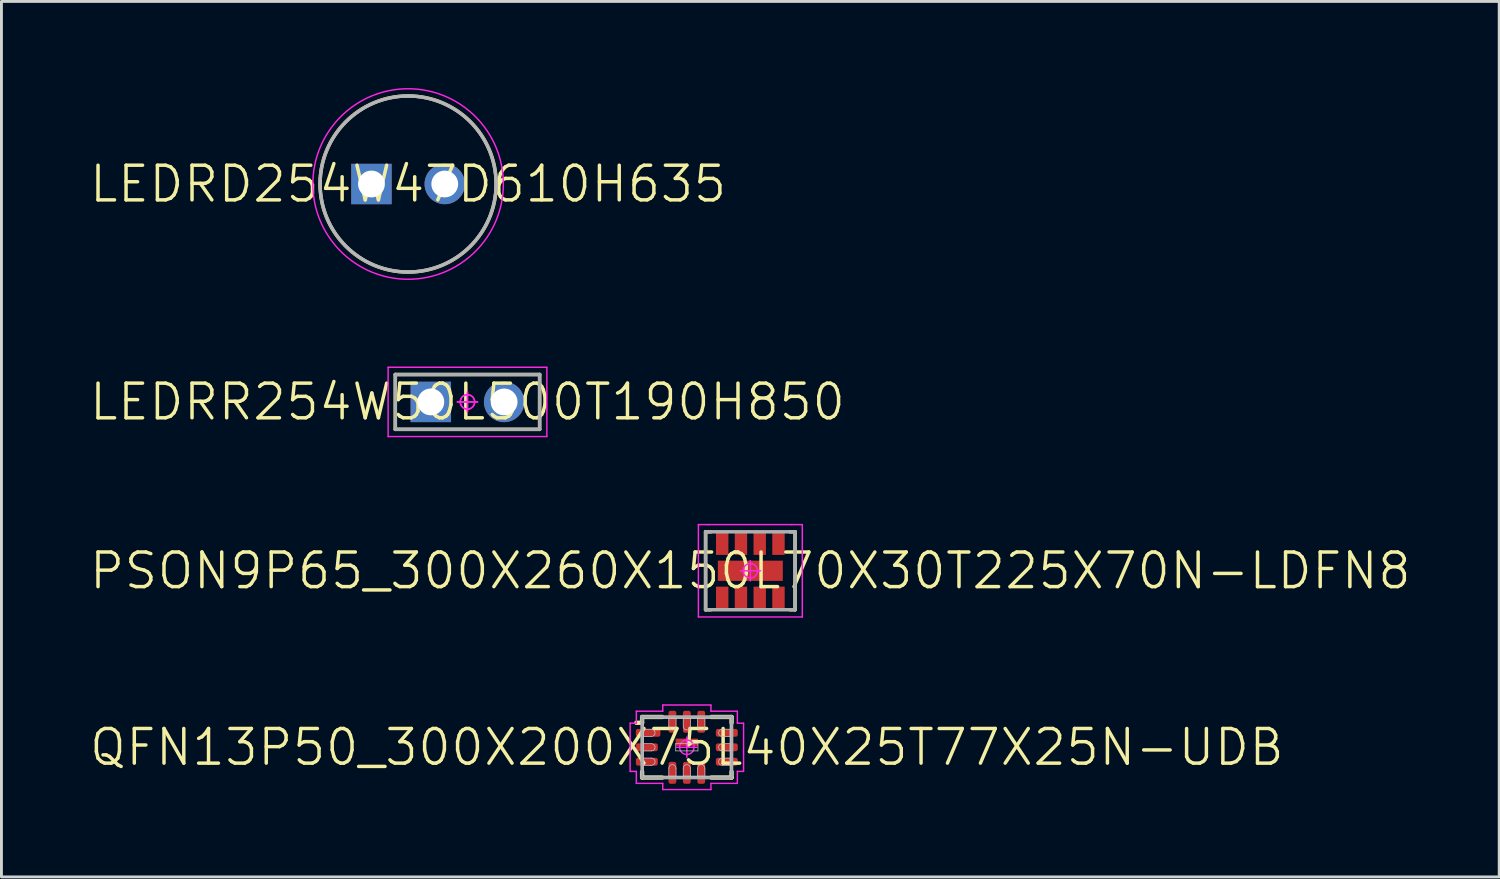
<source format=kicad_pcb>
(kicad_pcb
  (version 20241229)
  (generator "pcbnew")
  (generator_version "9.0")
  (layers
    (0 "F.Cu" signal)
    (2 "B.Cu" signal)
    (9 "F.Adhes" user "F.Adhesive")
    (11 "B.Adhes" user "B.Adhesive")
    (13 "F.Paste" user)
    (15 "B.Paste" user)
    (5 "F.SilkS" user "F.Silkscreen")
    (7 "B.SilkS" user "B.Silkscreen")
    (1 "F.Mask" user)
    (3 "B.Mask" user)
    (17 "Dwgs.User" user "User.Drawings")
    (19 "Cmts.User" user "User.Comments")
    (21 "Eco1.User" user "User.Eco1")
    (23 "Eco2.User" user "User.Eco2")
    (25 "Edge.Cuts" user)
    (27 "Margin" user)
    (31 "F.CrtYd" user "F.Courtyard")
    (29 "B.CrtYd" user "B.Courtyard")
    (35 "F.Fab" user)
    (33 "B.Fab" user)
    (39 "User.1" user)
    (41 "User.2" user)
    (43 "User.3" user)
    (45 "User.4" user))
  (footprint "LEDRR254W50L500T190H850"
    (layer "F.Cu")
    (at 13.146 10.875)
    (property "Reference" "LEDRR254W50L500T190H850" (at 0 0 0) (layer "F.SilkS") (effects (font (size 1.2 1.2) (thickness 0.12))))
    (attr through_hole)
    (fp_line (start -2.5 -0.95) (end 2.5 -0.95) (stroke (width 0.12) (type solid)) (layer "F.SilkS"))
    (fp_line (start -2.5 0.95) (end -2.5 -0.95) (stroke (width 0.12) (type solid)) (layer "F.SilkS"))
    (fp_line (start 2.5 -0.95) (end 2.5 0.95) (stroke (width 0.12) (type solid)) (layer "F.SilkS"))
    (fp_line (start 2.5 0.95) (end -2.5 0.95) (stroke (width 0.12) (type solid)) (layer "F.SilkS"))
    (fp_line (start -2.75 -1.2) (end 2.75 -1.2) (stroke (width 0.05) (type solid)) (layer "F.CrtYd"))
    (fp_line (start -2.75 1.2) (end -2.75 -1.2) (stroke (width 0.05) (type solid)) (layer "F.CrtYd"))
    (fp_line (start 0 -0.35) (end 0 0.35) (stroke (width 0.05) (type solid)) (layer "F.CrtYd"))
    (fp_line (start 0 -0.35) (end 0 0.35) (stroke (width 0.05) (type solid)) (layer "F.CrtYd"))
    (fp_line (start 0.35 0) (end -0.35 0) (stroke (width 0.05) (type solid)) (layer "F.CrtYd"))
    (fp_line (start 0.35 0) (end -0.35 0) (stroke (width 0.05) (type solid)) (layer "F.CrtYd"))
    (fp_line (start 2.75 -1.2) (end 2.75 1.2) (stroke (width 0.05) (type solid)) (layer "F.CrtYd"))
    (fp_line (start 2.75 1.2) (end -2.75 1.2) (stroke (width 0.05) (type solid)) (layer "F.CrtYd"))
    (fp_circle (center 0 0) (end 0 0.25) (stroke (width 0.05) (type solid)) (fill no) (layer "F.CrtYd"))
    (fp_circle (center 0 0) (end 0 0.25) (stroke (width 0.05) (type solid)) (fill no) (layer "F.CrtYd"))
    (fp_line (start -2.5 -0.95) (end 2.5 -0.95) (stroke (width 0.12) (type solid)) (layer "F.Fab"))
    (fp_line (start -2.5 0.95) (end -2.5 -0.95) (stroke (width 0.12) (type solid)) (layer "F.Fab"))
    (fp_line (start 2.5 -0.95) (end 2.5 0.95) (stroke (width 0.12) (type solid)) (layer "F.Fab"))
    (fp_line (start 2.5 0.95) (end -2.5 0.95) (stroke (width 0.12) (type solid)) (layer "F.Fab"))
    (pad "A" thru_hole circle (at 1.27 0) (size 1.4 1.4) (drill 0.93) (layers "*.Cu" "*.Mask"))
    (pad "C" thru_hole rect (at -1.27 0) (size 1.4 1.4) (drill 0.93) (layers "*.Cu" "*.Mask")))
  (footprint "LEDRD254W47D610H635"
    (layer "F.Cu")
    (at 11.089 3.325)
    (property "Reference" "LEDRD254W47D610H635" (at 0 0 0) (layer "F.SilkS") (effects (font (size 1.2 1.2) (thickness 0.12))))
    (attr through_hole)
    (fp_circle (center 0 0) (end 0 3.05) (stroke (width 0.12) (type solid)) (fill no) (layer "F.SilkS"))
    (fp_line (start -1.545 -0.275) (end -0.995 -0.275) (stroke (width 0.025) (type solid)) (layer "Dwgs.User"))
    (fp_line (start -1.545 0.275) (end -1.545 -0.275) (stroke (width 0.025) (type solid)) (layer "Dwgs.User"))
    (fp_line (start -0.995 -0.275) (end -0.995 0.275) (stroke (width 0.025) (type solid)) (layer "Dwgs.User"))
    (fp_line (start -0.995 0.275) (end -1.545 0.275) (stroke (width 0.025) (type solid)) (layer "Dwgs.User"))
    (fp_line (start 0.995 -0.275) (end 1.545 -0.275) (stroke (width 0.025) (type solid)) (layer "Dwgs.User"))
    (fp_line (start 0.995 0.275) (end 0.995 -0.275) (stroke (width 0.025) (type solid)) (layer "Dwgs.User"))
    (fp_line (start 1.545 -0.275) (end 1.545 0.275) (stroke (width 0.025) (type solid)) (layer "Dwgs.User"))
    (fp_line (start 1.545 0.275) (end 0.995 0.275) (stroke (width 0.025) (type solid)) (layer "Dwgs.User"))
    (fp_circle (center 0 0) (end 0 3.05) (stroke (width 0.025) (type solid)) (fill no) (layer "Dwgs.User"))
    (fp_circle (center 0 0) (end 0 3.3) (stroke (width 0.05) (type solid)) (fill no) (layer "F.CrtYd"))
    (fp_circle (center 0 0) (end 0 3.05) (stroke (width 0.12) (type solid)) (fill no) (layer "F.Fab"))
    (pad "1" thru_hole rect (at -1.27 0) (size 1.4 1.4) (drill 0.93) (layers "*.Cu" "*.Mask"))
    (pad "2" thru_hole circle (at 1.27 0) (size 1.4 1.4) (drill 0.93) (layers "*.Cu" "*.Mask")))
  (footprint "QFN13P50_300X200X75L40X25T77X25N-UDB"
    (layer "F.Cu")
    (at 20.746 22.84)
    (property "Reference" "QFN13P50_300X200X75L40X25T77X25N-UDB" (at 0 0 0) (layer "F.SilkS") (effects (font (size 1.2 1.2) (thickness 0.12))))
    (attr smd)
    (fp_line (start -1.55 -1.05) (end -1.55 -0.85) (stroke (width 0.15) (type solid)) (layer "F.SilkS"))
    (fp_line (start -1.55 -0.85) (end -1.75 -0.85) (stroke (width 0.15) (type solid)) (layer "F.SilkS"))
    (fp_line (start -1.55 1.05) (end -1.55 0.85) (stroke (width 0.15) (type solid)) (layer "F.SilkS"))
    (fp_line (start -0.85 -1.05) (end -1.55 -1.05) (stroke (width 0.15) (type solid)) (layer "F.SilkS"))
    (fp_line (start -0.85 1.05) (end -1.55 1.05) (stroke (width 0.15) (type solid)) (layer "F.SilkS"))
    (fp_line (start 0.85 -1.05) (end 1.55 -1.05) (stroke (width 0.15) (type solid)) (layer "F.SilkS"))
    (fp_line (start 0.85 1.05) (end 1.55 1.05) (stroke (width 0.15) (type solid)) (layer "F.SilkS"))
    (fp_line (start 1.55 -1.05) (end 1.55 -0.85) (stroke (width 0.15) (type solid)) (layer "F.SilkS"))
    (fp_line (start 1.55 1.05) (end 1.55 0.85) (stroke (width 0.15) (type solid)) (layer "F.SilkS"))
    (fp_line (start -1.5 -1) (end 1.5 -1) (stroke (width 0.025) (type solid)) (layer "Dwgs.User"))
    (fp_line (start -1.5 -0.625) (end -1.5 -0.375) (stroke (width 0.025) (type solid)) (layer "Dwgs.User"))
    (fp_line (start -1.5 -0.375) (end -1.225 -0.375) (stroke (width 0.025) (type solid)) (layer "Dwgs.User"))
    (fp_line (start -1.5 -0.125) (end -1.5 0.125) (stroke (width 0.025) (type solid)) (layer "Dwgs.User"))
    (fp_line (start -1.5 0.125) (end -1.225 0.125) (stroke (width 0.025) (type solid)) (layer "Dwgs.User"))
    (fp_line (start -1.5 0.375) (end -1.5 0.625) (stroke (width 0.025) (type solid)) (layer "Dwgs.User"))
    (fp_line (start -1.5 0.625) (end -1.225 0.625) (stroke (width 0.025) (type solid)) (layer "Dwgs.User"))
    (fp_line (start -1.5 1) (end -1.5 -1) (stroke (width 0.025) (type solid)) (layer "Dwgs.User"))
    (fp_line (start -1.225 -0.625) (end -1.5 -0.625) (stroke (width 0.025) (type solid)) (layer "Dwgs.User"))
    (fp_line (start -1.225 -0.125) (end -1.5 -0.125) (stroke (width 0.025) (type solid)) (layer "Dwgs.User"))
    (fp_line (start -1.225 0.375) (end -1.5 0.375) (stroke (width 0.025) (type solid)) (layer "Dwgs.User"))
    (fp_line (start -0.625 -1) (end -0.625 -0.725) (stroke (width 0.025) (type solid)) (layer "Dwgs.User"))
    (fp_line (start -0.625 0.725) (end -0.625 1) (stroke (width 0.025) (type solid)) (layer "Dwgs.User"))
    (fp_line (start -0.625 1) (end -0.375 1) (stroke (width 0.025) (type solid)) (layer "Dwgs.User"))
    (fp_line (start -0.385 -0.125) (end 0.385 -0.125) (stroke (width 0.025) (type solid)) (layer "Dwgs.User"))
    (fp_line (start -0.385 0.125) (end -0.385 -0.125) (stroke (width 0.025) (type solid)) (layer "Dwgs.User"))
    (fp_line (start -0.375 -1) (end -0.625 -1) (stroke (width 0.025) (type solid)) (layer "Dwgs.User"))
    (fp_line (start -0.375 -0.725) (end -0.375 -1) (stroke (width 0.025) (type solid)) (layer "Dwgs.User"))
    (fp_line (start -0.375 1) (end -0.375 0.725) (stroke (width 0.025) (type solid)) (layer "Dwgs.User"))
    (fp_line (start -0.125 -1) (end -0.125 -0.725) (stroke (width 0.025) (type solid)) (layer "Dwgs.User"))
    (fp_line (start -0.125 0.725) (end -0.125 1) (stroke (width 0.025) (type solid)) (layer "Dwgs.User"))
    (fp_line (start -0.125 1) (end 0.125 1) (stroke (width 0.025) (type solid)) (layer "Dwgs.User"))
    (fp_line (start 0.125 -1) (end -0.125 -1) (stroke (width 0.025) (type solid)) (layer "Dwgs.User"))
    (fp_line (start 0.125 -0.725) (end 0.125 -1) (stroke (width 0.025) (type solid)) (layer "Dwgs.User"))
    (fp_line (start 0.125 1) (end 0.125 0.725) (stroke (width 0.025) (type solid)) (layer "Dwgs.User"))
    (fp_line (start 0.375 -1) (end 0.375 -0.725) (stroke (width 0.025) (type solid)) (layer "Dwgs.User"))
    (fp_line (start 0.375 0.725) (end 0.375 1) (stroke (width 0.025) (type solid)) (layer "Dwgs.User"))
    (fp_line (start 0.375 1) (end 0.625 1) (stroke (width 0.025) (type solid)) (layer "Dwgs.User"))
    (fp_line (start 0.385 -0.125) (end 0.385 0.125) (stroke (width 0.025) (type solid)) (layer "Dwgs.User"))
    (fp_line (start 0.385 0.125) (end -0.385 0.125) (stroke (width 0.025) (type solid)) (layer "Dwgs.User"))
    (fp_line (start 0.625 -1) (end 0.375 -1) (stroke (width 0.025) (type solid)) (layer "Dwgs.User"))
    (fp_line (start 0.625 -0.725) (end 0.625 -1) (stroke (width 0.025) (type solid)) (layer "Dwgs.User"))
    (fp_line (start 0.625 1) (end 0.625 0.725) (stroke (width 0.025) (type solid)) (layer "Dwgs.User"))
    (fp_line (start 1.225 -0.375) (end 1.5 -0.375) (stroke (width 0.025) (type solid)) (layer "Dwgs.User"))
    (fp_line (start 1.225 0.125) (end 1.5 0.125) (stroke (width 0.025) (type solid)) (layer "Dwgs.User"))
    (fp_line (start 1.225 0.625) (end 1.5 0.625) (stroke (width 0.025) (type solid)) (layer "Dwgs.User"))
    (fp_line (start 1.5 -1) (end 1.5 1) (stroke (width 0.025) (type solid)) (layer "Dwgs.User"))
    (fp_line (start 1.5 -0.625) (end 1.225 -0.625) (stroke (width 0.025) (type solid)) (layer "Dwgs.User"))
    (fp_line (start 1.5 -0.375) (end 1.5 -0.625) (stroke (width 0.025) (type solid)) (layer "Dwgs.User"))
    (fp_line (start 1.5 -0.125) (end 1.225 -0.125) (stroke (width 0.025) (type solid)) (layer "Dwgs.User"))
    (fp_line (start 1.5 0.125) (end 1.5 -0.125) (stroke (width 0.025) (type solid)) (layer "Dwgs.User"))
    (fp_line (start 1.5 0.375) (end 1.225 0.375) (stroke (width 0.025) (type solid)) (layer "Dwgs.User"))
    (fp_line (start 1.5 0.625) (end 1.5 0.375) (stroke (width 0.025) (type solid)) (layer "Dwgs.User"))
    (fp_line (start 1.5 1) (end -1.5 1) (stroke (width 0.025) (type solid)) (layer "Dwgs.User"))
    (fp_arc (start -1.225 -0.625) (mid -1.1 -0.5) (end -1.225 -0.375) (stroke (width 0.025) (type solid)) (layer "Dwgs.User"))
    (fp_arc (start -1.225 -0.125) (mid -1.1 0) (end -1.225 0.125) (stroke (width 0.025) (type solid)) (layer "Dwgs.User"))
    (fp_arc (start -1.225 0.375) (mid -1.1 0.5) (end -1.225 0.625) (stroke (width 0.025) (type solid)) (layer "Dwgs.User"))
    (fp_arc (start -0.625 0.725) (mid -0.5 0.6) (end -0.375 0.725) (stroke (width 0.025) (type solid)) (layer "Dwgs.User"))
    (fp_arc (start -0.375 -0.725) (mid -0.5 -0.6) (end -0.625 -0.725) (stroke (width 0.025) (type solid)) (layer "Dwgs.User"))
    (fp_arc (start -0.125 0.725) (mid 0 0.6) (end 0.125 0.725) (stroke (width 0.025) (type solid)) (layer "Dwgs.User"))
    (fp_arc (start 0.125 -0.725) (mid 0 -0.6) (end -0.125 -0.725) (stroke (width 0.025) (type solid)) (layer "Dwgs.User"))
    (fp_arc (start 0.375 0.725) (mid 0.5 0.6) (end 0.625 0.725) (stroke (width 0.025) (type solid)) (layer "Dwgs.User"))
    (fp_arc (start 0.625 -0.725) (mid 0.5 -0.6) (end 0.375 -0.725) (stroke (width 0.025) (type solid)) (layer "Dwgs.User"))
    (fp_arc (start 1.225 -0.375) (mid 1.1 -0.5) (end 1.225 -0.625) (stroke (width 0.025) (type solid)) (layer "Dwgs.User"))
    (fp_arc (start 1.225 0.125) (mid 1.1 0) (end 1.225 -0.125) (stroke (width 0.025) (type solid)) (layer "Dwgs.User"))
    (fp_arc (start 1.225 0.625) (mid 1.1 0.5) (end 1.225 0.375) (stroke (width 0.025) (type solid)) (layer "Dwgs.User"))
    (fp_line (start -1.965 -0.835) (end -1.965 0.835) (stroke (width 0.05) (type solid)) (layer "F.CrtYd"))
    (fp_line (start -1.965 0.835) (end -1.75 0.835) (stroke (width 0.05) (type solid)) (layer "F.CrtYd"))
    (fp_line (start -1.75 -1.25) (end -1.75 -0.835) (stroke (width 0.05) (type solid)) (layer "F.CrtYd"))
    (fp_line (start -1.75 -0.835) (end -1.965 -0.835) (stroke (width 0.05) (type solid)) (layer "F.CrtYd"))
    (fp_line (start -1.75 0.835) (end -1.75 1.25) (stroke (width 0.05) (type solid)) (layer "F.CrtYd"))
    (fp_line (start -1.75 1.25) (end -0.835 1.25) (stroke (width 0.05) (type solid)) (layer "F.CrtYd"))
    (fp_line (start -0.835 -1.465) (end -0.835 -1.25) (stroke (width 0.05) (type solid)) (layer "F.CrtYd"))
    (fp_line (start -0.835 -1.25) (end -1.75 -1.25) (stroke (width 0.05) (type solid)) (layer "F.CrtYd"))
    (fp_line (start -0.835 1.25) (end -0.835 1.465) (stroke (width 0.05) (type solid)) (layer "F.CrtYd"))
    (fp_line (start -0.835 1.465) (end 0.835 1.465) (stroke (width 0.05) (type solid)) (layer "F.CrtYd"))
    (fp_line (start -0.35 0) (end 0.35 0) (stroke (width 0.05) (type solid)) (layer "F.CrtYd"))
    (fp_line (start 0 -0.35) (end 0 0.35) (stroke (width 0.05) (type solid)) (layer "F.CrtYd"))
    (fp_line (start 0.835 -1.465) (end -0.835 -1.465) (stroke (width 0.05) (type solid)) (layer "F.CrtYd"))
    (fp_line (start 0.835 -1.25) (end 0.835 -1.465) (stroke (width 0.05) (type solid)) (layer "F.CrtYd"))
    (fp_line (start 0.835 1.25) (end 1.75 1.25) (stroke (width 0.05) (type solid)) (layer "F.CrtYd"))
    (fp_line (start 0.835 1.465) (end 0.835 1.25) (stroke (width 0.05) (type solid)) (layer "F.CrtYd"))
    (fp_line (start 1.75 -1.25) (end 0.835 -1.25) (stroke (width 0.05) (type solid)) (layer "F.CrtYd"))
    (fp_line (start 1.75 -0.835) (end 1.75 -1.25) (stroke (width 0.05) (type solid)) (layer "F.CrtYd"))
    (fp_line (start 1.75 0.835) (end 1.965 0.835) (stroke (width 0.05) (type solid)) (layer "F.CrtYd"))
    (fp_line (start 1.75 1.25) (end 1.75 0.835) (stroke (width 0.05) (type solid)) (layer "F.CrtYd"))
    (fp_line (start 1.965 -0.835) (end 1.75 -0.835) (stroke (width 0.05) (type solid)) (layer "F.CrtYd"))
    (fp_line (start 1.965 0.835) (end 1.965 -0.835) (stroke (width 0.05) (type solid)) (layer "F.CrtYd"))
    (fp_circle (center 0 0) (end 0 0.25) (stroke (width 0.05) (type solid)) (fill no) (layer "F.CrtYd"))
    (fp_line (start -1.55 -1.05) (end 1.55 -1.05) (stroke (width 0.12) (type solid)) (layer "F.Fab"))
    (fp_line (start -1.55 1.05) (end -1.55 -1.05) (stroke (width 0.12) (type solid)) (layer "F.Fab"))
    (fp_line (start 1.55 -1.05) (end 1.55 1.05) (stroke (width 0.12) (type solid)) (layer "F.Fab"))
    (fp_line (start 1.55 1.05) (end -1.55 1.05) (stroke (width 0.12) (type solid)) (layer "F.Fab"))
    (pad "1" smd roundrect (at -1.34 -0.5) (size 0.85 0.27) (layers "F.Cu" "F.Mask" "F.Paste") (roundrect_rratio 0.259))
    (pad "2" smd roundrect (at -1.385 0) (size 0.76 0.27) (layers "F.Cu" "F.Mask" "F.Paste") (roundrect_rratio 0.259))
    (pad "3" smd roundrect (at -1.385 0.5) (size 0.76 0.27) (layers "F.Cu" "F.Mask" "F.Paste") (roundrect_rratio 0.259))
    (pad "4" smd roundrect (at -0.5 0.885 90) (size 0.76 0.27) (layers "F.Cu" "F.Mask" "F.Paste") (roundrect_rratio 0.259))
    (pad "5" smd roundrect (at 0 0.885 90) (size 0.76 0.27) (layers "F.Cu" "F.Mask" "F.Paste") (roundrect_rratio 0.259))
    (pad "6" smd roundrect (at 0.5 0.885 90) (size 0.76 0.27) (layers "F.Cu" "F.Mask" "F.Paste") (roundrect_rratio 0.259))
    (pad "7" smd roundrect (at 1.385 0.5) (size 0.76 0.27) (layers "F.Cu" "F.Mask" "F.Paste") (roundrect_rratio 0.259))
    (pad "8" smd roundrect (at 1.385 0) (size 0.76 0.27) (layers "F.Cu" "F.Mask" "F.Paste") (roundrect_rratio 0.259))
    (pad "9" smd roundrect (at 1.385 -0.5) (size 0.76 0.27) (layers "F.Cu" "F.Mask" "F.Paste") (roundrect_rratio 0.259))
    (pad "10" smd roundrect (at 0.5 -0.885 90) (size 0.76 0.27) (layers "F.Cu" "F.Mask" "F.Paste") (roundrect_rratio 0.259))
    (pad "11" smd roundrect (at 0 -0.885 90) (size 0.76 0.27) (layers "F.Cu" "F.Mask" "F.Paste") (roundrect_rratio 0.259))
    (pad "12" smd roundrect (at -0.5 -0.885 90) (size 0.76 0.27) (layers "F.Cu" "F.Mask" "F.Paste") (roundrect_rratio 0.259))
    (pad "13" smd rect (at 0 -0.175 90) (size 0.25 0.77) (layers "F.Cu" "F.Mask" "F.Paste")))
  (footprint "PSON9P65_300X260X150L70X30T225X70N-LDFN8"
    (layer "F.Cu")
    (at 22.946 16.725)
    (property "Reference" "PSON9P65_300X260X150L70X30T225X70N-LDFN8" (at 0 0 0) (layer "F.SilkS") (effects (font (size 1.2 1.2) (thickness 0.12))))
    (attr smd)
    (fp_line (start -1.55 -1.35) (end -1.37 -1.35) (stroke (width 0.12) (type solid)) (layer "F.SilkS"))
    (fp_line (start -1.55 1.35) (end -1.55 -1.35) (stroke (width 0.12) (type solid)) (layer "F.SilkS"))
    (fp_line (start -1.37 1.35) (end -1.55 1.35) (stroke (width 0.12) (type solid)) (layer "F.SilkS"))
    (fp_line (start 1.37 1.35) (end 1.55 1.35) (stroke (width 0.12) (type solid)) (layer "F.SilkS"))
    (fp_line (start 1.55 -1.35) (end 1.37 -1.35) (stroke (width 0.12) (type solid)) (layer "F.SilkS"))
    (fp_line (start 1.55 1.35) (end 1.55 -1.35) (stroke (width 0.12) (type solid)) (layer "F.SilkS"))
    (fp_line (start -1.8 -1.6) (end -1.8 1.6) (stroke (width 0.05) (type solid)) (layer "F.CrtYd"))
    (fp_line (start -1.8 1.6) (end 1.8 1.6) (stroke (width 0.05) (type solid)) (layer "F.CrtYd"))
    (fp_line (start -1.44 -1.6) (end -1.8 -1.6) (stroke (width 0.05) (type solid)) (layer "F.CrtYd"))
    (fp_line (start -1.44 -1.6) (end -1.44 -1.6) (stroke (width 0.05) (type solid)) (layer "F.CrtYd"))
    (fp_line (start -0.35 0) (end 0.35 0) (stroke (width 0.05) (type solid)) (layer "F.CrtYd"))
    (fp_line (start 0 -0.35) (end 0 0.35) (stroke (width 0.05) (type solid)) (layer "F.CrtYd"))
    (fp_line (start 1.44 -1.6) (end -1.44 -1.6) (stroke (width 0.05) (type solid)) (layer "F.CrtYd"))
    (fp_line (start 1.44 -1.6) (end 1.44 -1.6) (stroke (width 0.05) (type solid)) (layer "F.CrtYd"))
    (fp_line (start 1.8 -1.6) (end 1.44 -1.6) (stroke (width 0.05) (type solid)) (layer "F.CrtYd"))
    (fp_line (start 1.8 1.6) (end 1.8 -1.6) (stroke (width 0.05) (type solid)) (layer "F.CrtYd"))
    (fp_line (start 1.8 1.6) (end 1.8 1.6) (stroke (width 0.05) (type solid)) (layer "F.CrtYd"))
    (fp_circle (center 0 0) (end 0 0.25) (stroke (width 0.05) (type solid)) (fill no) (layer "F.CrtYd"))
    (fp_line (start -1.55 -1.35) (end 1.55 -1.35) (stroke (width 0.12) (type solid)) (layer "F.Fab"))
    (fp_line (start -1.55 1.35) (end -1.55 -1.35) (stroke (width 0.12) (type solid)) (layer "F.Fab"))
    (fp_line (start 1.55 -1.35) (end 1.55 1.35) (stroke (width 0.12) (type solid)) (layer "F.Fab"))
    (fp_line (start 1.55 1.35) (end -1.55 1.35) (stroke (width 0.12) (type solid)) (layer "F.Fab"))
    (pad "1" smd rect (at -0.975 0.93 90) (size 0.76 0.43) (layers "F.Cu" "F.Mask" "F.Paste"))
    (pad "2" smd rect (at -0.325 0.93 90) (size 0.76 0.43) (layers "F.Cu" "F.Mask" "F.Paste"))
    (pad "3" smd rect (at 0.325 0.93 90) (size 0.76 0.43) (layers "F.Cu" "F.Mask" "F.Paste"))
    (pad "4" smd rect (at 0.975 0.93 90) (size 0.76 0.43) (layers "F.Cu" "F.Mask" "F.Paste"))
    (pad "5" smd rect (at 0.975 -0.93 90) (size 0.76 0.43) (layers "F.Cu" "F.Mask" "F.Paste"))
    (pad "6" smd rect (at 0.325 -0.93 90) (size 0.76 0.43) (layers "F.Cu" "F.Mask" "F.Paste"))
    (pad "7" smd rect (at -0.325 -0.93 90) (size 0.76 0.43) (layers "F.Cu" "F.Mask" "F.Paste"))
    (pad "8" smd rect (at -0.975 -0.93 90) (size 0.76 0.43) (layers "F.Cu" "F.Mask" "F.Paste"))
    (pad "9" smd rect (at 0 0 90) (size 0.7 2.25) (layers "F.Cu" "F.Mask")))
  (gr_rect
    (start -3 -3)
    (end 48.891 27.33)
    (stroke (width 0.1) (type default))
    (fill no)
    (layer "Edge.Cuts")))
</source>
